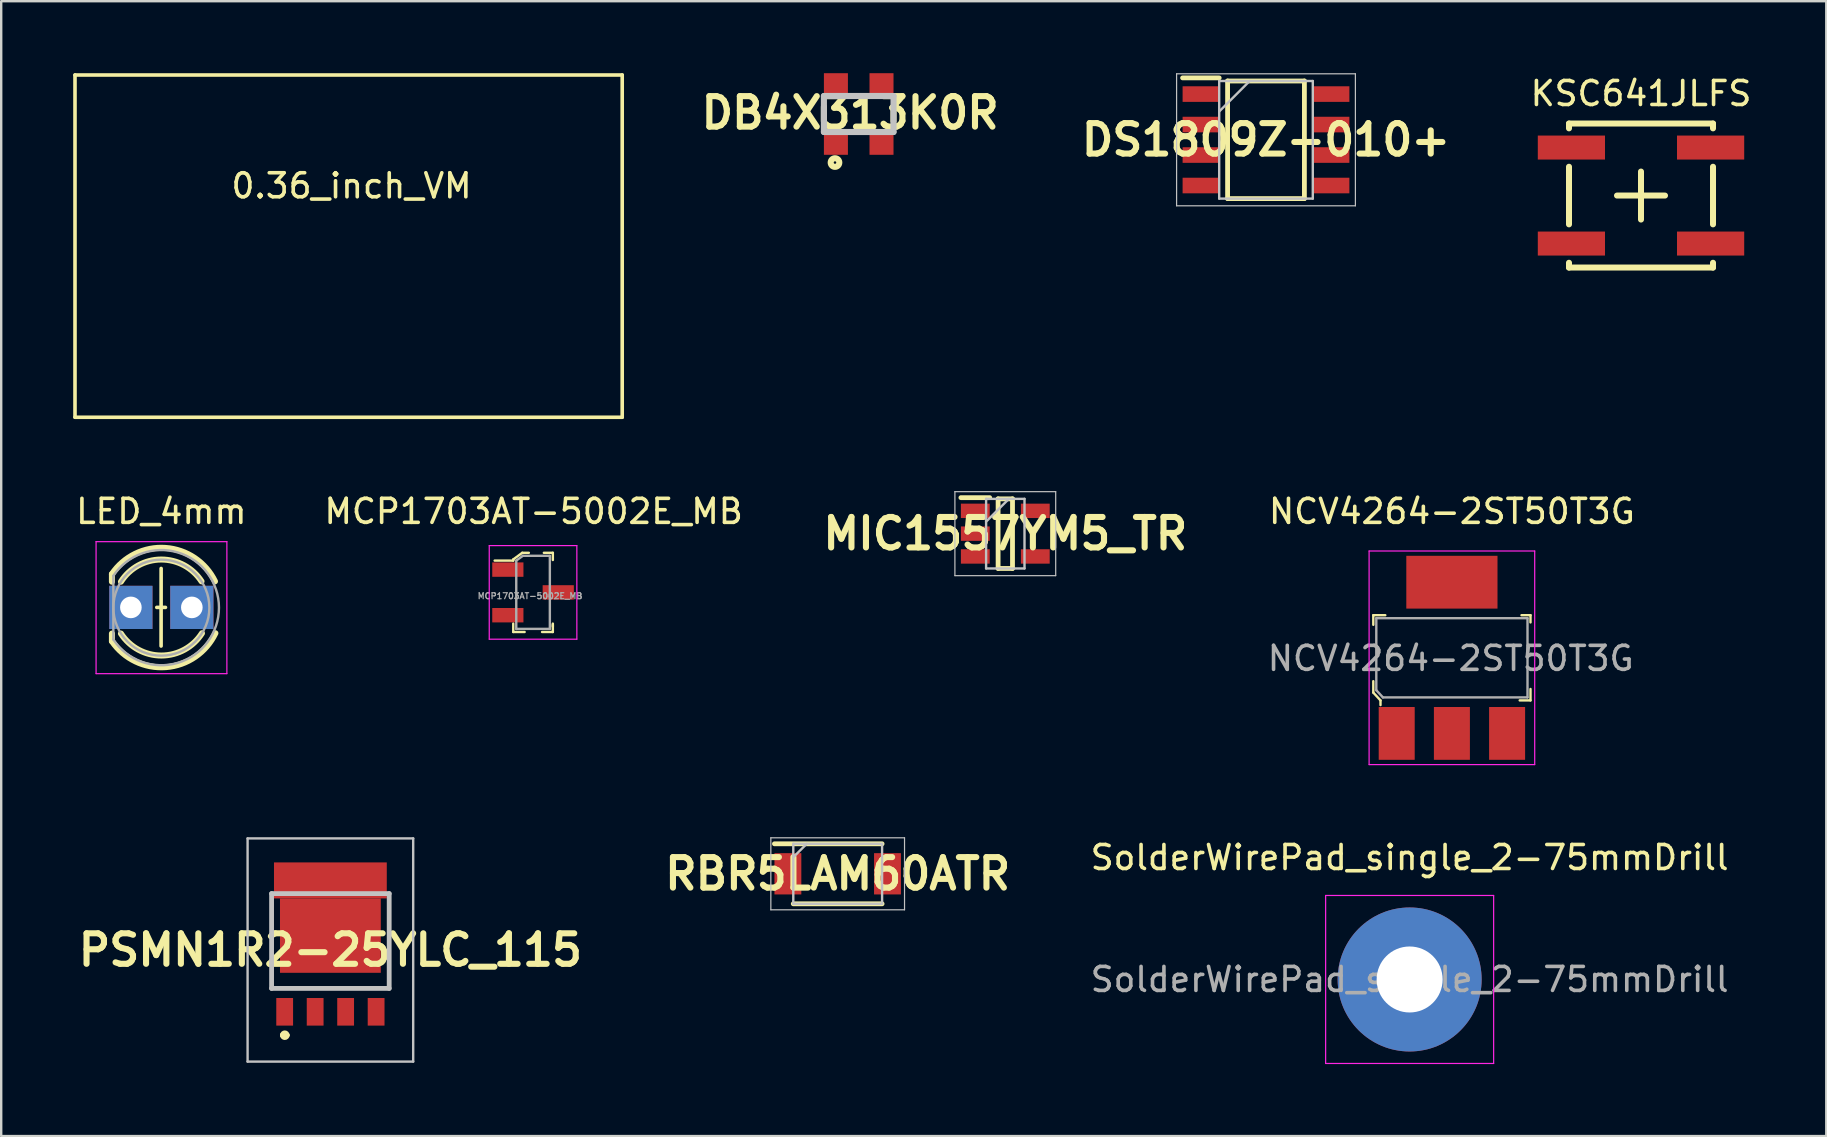
<source format=kicad_pcb>
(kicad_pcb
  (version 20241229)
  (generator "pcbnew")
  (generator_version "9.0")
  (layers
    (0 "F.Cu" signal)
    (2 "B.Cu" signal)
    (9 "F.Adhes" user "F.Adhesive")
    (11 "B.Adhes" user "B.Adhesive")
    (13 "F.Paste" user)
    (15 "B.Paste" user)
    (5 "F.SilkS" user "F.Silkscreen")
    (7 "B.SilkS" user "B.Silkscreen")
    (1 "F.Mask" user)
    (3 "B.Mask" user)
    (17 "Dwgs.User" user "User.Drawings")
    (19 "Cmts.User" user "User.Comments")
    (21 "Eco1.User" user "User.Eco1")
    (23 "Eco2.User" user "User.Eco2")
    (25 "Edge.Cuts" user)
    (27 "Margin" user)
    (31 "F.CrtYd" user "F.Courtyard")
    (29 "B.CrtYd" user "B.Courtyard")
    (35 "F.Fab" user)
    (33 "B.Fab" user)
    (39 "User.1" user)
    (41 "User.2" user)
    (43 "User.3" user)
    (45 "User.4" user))
  (footprint "NCV4264-2ST50T3G"
    (layer "F.Cu")
    (at 57.445 24.358)
    (property "Reference" "NCV4264-2ST50T3G" (at 0 -6.1 0) (layer "F.SilkS") (effects (font (size 1 1) (thickness 0.15))))
    (attr through_hole)
    (fp_line (start -3.275 -1.775) (end -3.275 -1.375) (stroke (width 0.1) (type solid)) (layer "F.SilkS"))
    (fp_line (start -3.275 0.975) (end -3.275 1.45) (stroke (width 0.1) (type solid)) (layer "F.SilkS"))
    (fp_line (start -3.275 1.45) (end -2.975 1.775) (stroke (width 0.1) (type solid)) (layer "F.SilkS"))
    (fp_line (start -2.975 1.775) (end -2.975 1.97) (stroke (width 0.1) (type solid)) (layer "F.SilkS"))
    (fp_line (start -2.775 -1.775) (end -3.275 -1.775) (stroke (width 0.1) (type solid)) (layer "F.SilkS"))
    (fp_line (start 2.9 -1.775) (end 3.275 -1.775) (stroke (width 0.1) (type solid)) (layer "F.SilkS"))
    (fp_line (start 3.275 -1.775) (end 3.275 -1.475) (stroke (width 0.1) (type solid)) (layer "F.SilkS"))
    (fp_line (start 3.275 1.3) (end 3.275 1.775) (stroke (width 0.1) (type solid)) (layer "F.SilkS"))
    (fp_line (start 3.275 1.775) (end 2.825 1.775) (stroke (width 0.1) (type solid)) (layer "F.SilkS"))
    (fp_line (start -3.45 -4.45) (end -3.45 4.45) (stroke (width 0.05) (type solid)) (layer "F.CrtYd"))
    (fp_line (start -3.45 4.45) (end 3.45 4.45) (stroke (width 0.05) (type solid)) (layer "F.CrtYd"))
    (fp_line (start 3.45 -4.45) (end -3.45 -4.45) (stroke (width 0.05) (type solid)) (layer "F.CrtYd"))
    (fp_line (start 3.45 -4.45) (end 3.45 4.45) (stroke (width 0.05) (type solid)) (layer "F.CrtYd"))
    (fp_line (start -3.15 -1.65) (end 3.15 -1.65) (stroke (width 0.1) (type solid)) (layer "F.Fab"))
    (fp_line (start -3.15 1.35) (end -3.15 -1.65) (stroke (width 0.1) (type solid)) (layer "F.Fab"))
    (fp_line (start -3.15 1.35) (end -2.875 1.65) (stroke (width 0.1) (type solid)) (layer "F.Fab"))
    (fp_line (start 3.15 -1.65) (end 3.15 1.65) (stroke (width 0.1) (type solid)) (layer "F.Fab"))
    (fp_line (start 3.15 1.65) (end -2.875 1.65) (stroke (width 0.1) (type solid)) (layer "F.Fab"))
    (fp_text user "${REFERENCE}" (at -0.05 0.025 0) (layer "F.Fab") (effects (font (size 1 1) (thickness 0.15))))
    (pad "1" smd rect (at -2.3 3.15) (size 1.5 2.2) (layers "F.Cu" "F.Mask" "F.Paste"))
    (pad "2" smd rect (at 0 3.15) (size 1.5 2.2) (layers "F.Cu" "F.Mask" "F.Paste"))
    (pad "3" smd rect (at 2.3 3.15) (size 1.5 2.2) (layers "F.Cu" "F.Mask" "F.Paste"))
    (pad "4" smd rect (at 0 -3.15) (size 3.8 2.2) (layers "F.Cu" "F.Mask" "F.Paste")))
  (footprint "KSC641JLFS"
    (layer "F.Cu")
    (at 65.324 5.098)
    (property "Reference" "KSC641JLFS" (at 0 -4.25 0) (layer "F.SilkS") (effects (font (size 1 1) (thickness 0.15))))
    (attr smd)
    (fp_line (start -3 -3) (end -3 -2.8) (stroke (width 0.25) (type solid)) (layer "F.SilkS"))
    (fp_line (start -3 -3) (end 3 -3) (stroke (width 0.25) (type solid)) (layer "F.SilkS"))
    (fp_line (start -3 -1.2) (end -3 1.2) (stroke (width 0.25) (type solid)) (layer "F.SilkS"))
    (fp_line (start -3 3) (end -3 2.8) (stroke (width 0.25) (type solid)) (layer "F.SilkS"))
    (fp_line (start -3 3) (end 3 3) (stroke (width 0.25) (type solid)) (layer "F.SilkS"))
    (fp_line (start -1 0) (end 1 0) (stroke (width 0.25) (type solid)) (layer "F.SilkS"))
    (fp_line (start 0 -1) (end 0 1) (stroke (width 0.25) (type solid)) (layer "F.SilkS"))
    (fp_line (start 3 -3) (end 3 -2.8) (stroke (width 0.25) (type solid)) (layer "F.SilkS"))
    (fp_line (start 3 -1.2) (end 3 1.2) (stroke (width 0.25) (type solid)) (layer "F.SilkS"))
    (fp_line (start 3 3) (end 3 2.8) (stroke (width 0.25) (type solid)) (layer "F.SilkS"))
    (pad "1" smd rect (at -2.9 -2) (size 2.8 1) (layers "F.Cu" "F.Mask" "F.Paste"))
    (pad "2" smd rect (at 2.9 -2) (size 2.8 1) (layers "F.Cu" "F.Mask" "F.Paste"))
    (pad "3" smd rect (at -2.9 2) (size 2.8 1) (layers "F.Cu" "F.Mask" "F.Paste"))
    (pad "4" smd rect (at 2.9 2) (size 2.8 1) (layers "F.Cu" "F.Mask" "F.Paste")))
  (footprint "MCP1703AT-5002E_MB"
    (layer "F.Cu")
    (at 19.16 21.633)
    (property "Reference" "MCP1703AT-5002E_MB" (at 0.025 -3.375 0) (layer "F.SilkS") (effects (font (size 1 1) (thickness 0.15))))
    (attr through_hole)
    (fp_line (start -0.825 -1.375) (end -0.825 -1.325) (stroke (width 0.1) (type solid)) (layer "F.SilkS"))
    (fp_line (start -0.825 -1.325) (end -1.6 -1.325) (stroke (width 0.1) (type solid)) (layer "F.SilkS"))
    (fp_line (start -0.825 1.65) (end -0.825 1.3) (stroke (width 0.1) (type solid)) (layer "F.SilkS"))
    (fp_line (start -0.45 -1.65) (end -0.825 -1.375) (stroke (width 0.1) (type solid)) (layer "F.SilkS"))
    (fp_line (start -0.35 1.65) (end -0.825 1.65) (stroke (width 0.1) (type solid)) (layer "F.SilkS"))
    (fp_line (start -0.175 -1.65) (end -0.45 -1.65) (stroke (width 0.1) (type solid)) (layer "F.SilkS"))
    (fp_line (start 0.45 -1.65) (end 0.825 -1.65) (stroke (width 0.1) (type solid)) (layer "F.SilkS"))
    (fp_line (start 0.825 -1.65) (end 0.825 -1.35) (stroke (width 0.1) (type solid)) (layer "F.SilkS"))
    (fp_line (start 0.825 1.35) (end 0.825 1.65) (stroke (width 0.1) (type solid)) (layer "F.SilkS"))
    (fp_line (start 0.825 1.425) (end 0.825 1.3) (stroke (width 0.1) (type solid)) (layer "F.SilkS"))
    (fp_line (start 0.825 1.65) (end 0.375 1.65) (stroke (width 0.1) (type solid)) (layer "F.SilkS"))
    (fp_line (start -1.825 -1.95) (end -1.825 1.95) (stroke (width 0.05) (type solid)) (layer "F.CrtYd"))
    (fp_line (start -1.825 -1.95) (end 1.825 -1.95) (stroke (width 0.05) (type solid)) (layer "F.CrtYd"))
    (fp_line (start 1.825 -1.95) (end 1.825 1.95) (stroke (width 0.05) (type solid)) (layer "F.CrtYd"))
    (fp_line (start 1.825 1.95) (end -1.825 1.95) (stroke (width 0.05) (type solid)) (layer "F.CrtYd"))
    (fp_line (start -0.7 -1.325) (end -0.7 1.525) (stroke (width 0.1) (type solid)) (layer "F.Fab"))
    (fp_line (start -0.7 1.52) (end 0.7 1.52) (stroke (width 0.1) (type solid)) (layer "F.Fab"))
    (fp_line (start -0.425 -1.525) (end -0.7 -1.325) (stroke (width 0.1) (type solid)) (layer "F.Fab"))
    (fp_line (start -0.425 -1.525) (end 0.7 -1.525) (stroke (width 0.1) (type solid)) (layer "F.Fab"))
    (fp_line (start 0.7 1.52) (end 0.7 -1.52) (stroke (width 0.1) (type solid)) (layer "F.Fab"))
    (fp_text user "${REFERENCE}" (at -0.125 0.15 0) (layer "F.Fab") (effects (font (size 0.25 0.25) (thickness 0.05))))
    (pad "1" smd rect (at -1.05 -0.95) (size 1.3 0.6) (layers "F.Cu" "F.Mask" "F.Paste"))
    (pad "2" smd rect (at -1.05 0.95) (size 1.3 0.6) (layers "F.Cu" "F.Mask" "F.Paste"))
    (pad "3" smd rect (at 1.05 0) (size 1.3 0.6) (layers "F.Cu" "F.Mask" "F.Paste")))
  (footprint "PSMN1R2-25YLC_115"
    (layer "F.Cu")
    (at 10.716 34.183)
    (property "Reference" "PSMN1R2-25YLC_115" (at 0 2.35 0) (layer "F.SilkS") (effects (font (size 1.27 1.27) (thickness 0.254))))
    (attr smd)
    (fp_line (start -2.45 0.5) (end -2.45 3.95) (stroke (width 0.1) (type solid)) (layer "F.SilkS"))
    (fp_line (start -2.45 3.95) (end 2.45 3.95) (stroke (width 0.1) (type solid)) (layer "F.SilkS"))
    (fp_line (start -2 5.9) (end -2 5.9) (stroke (width 0.2) (type solid)) (layer "F.SilkS"))
    (fp_line (start -1.8 5.9) (end -1.8 5.9) (stroke (width 0.2) (type solid)) (layer "F.SilkS"))
    (fp_line (start 2.45 3.95) (end 2.45 0.5) (stroke (width 0.1) (type solid)) (layer "F.SilkS"))
    (fp_arc (start -2 5.9) (mid -1.9 5.8) (end -1.8 5.9) (stroke (width 0.2) (type solid)) (layer "F.SilkS"))
    (fp_arc (start -1.8 5.9) (mid -1.9 6) (end -2 5.9) (stroke (width 0.2) (type solid)) (layer "F.SilkS"))
    (fp_line (start -3.45 -2.3) (end 3.45 -2.3) (stroke (width 0.1) (type solid)) (layer "Dwgs.User"))
    (fp_line (start -3.45 7) (end -3.45 -2.3) (stroke (width 0.1) (type solid)) (layer "Dwgs.User"))
    (fp_line (start -2.45 0) (end 2.45 0) (stroke (width 0.2) (type solid)) (layer "Dwgs.User"))
    (fp_line (start -2.45 3.95) (end -2.45 0) (stroke (width 0.2) (type solid)) (layer "Dwgs.User"))
    (fp_line (start 2.45 0) (end 2.45 3.95) (stroke (width 0.2) (type solid)) (layer "Dwgs.User"))
    (fp_line (start 2.45 3.95) (end -2.45 3.95) (stroke (width 0.2) (type solid)) (layer "Dwgs.User"))
    (fp_line (start 3.45 -2.3) (end 3.45 7) (stroke (width 0.1) (type solid)) (layer "Dwgs.User"))
    (fp_line (start 3.45 7) (end -3.45 7) (stroke (width 0.1) (type solid)) (layer "Dwgs.User"))
    (pad "1" smd rect (at -1.905 4.925) (size 0.7 1.15) (layers "F.Cu" "F.Mask" "F.Paste"))
    (pad "2" smd rect (at -0.635 4.925) (size 0.7 1.15) (layers "F.Cu" "F.Mask" "F.Paste"))
    (pad "3" smd rect (at 0.635 4.925) (size 0.7 1.15) (layers "F.Cu" "F.Mask" "F.Paste"))
    (pad "4" smd rect (at 1.905 4.925) (size 0.7 1.15) (layers "F.Cu" "F.Mask" "F.Paste"))
    (pad "5" smd rect (at 0 1.75 90) (size 3.1 4.2) (layers "F.Cu" "F.Mask" "F.Paste"))
    (pad "6" smd rect (at 0 -0.55 90) (size 1.5 4.7) (layers "F.Cu" "F.Mask" "F.Paste")))
  (footprint "DB4X313K0R"
    (layer "F.Cu")
    (at 32.729 1.7)
    (property "Reference" "DB4X313K0R" (at -0.356 -0.049 0) (layer "F.SilkS") (effects (font (size 1.27 1.27) (thickness 0.254))))
    (attr smd)
    (fp_line (start -1.45 -0.3) (end -1.45 0.3) (stroke (width 0.254) (type solid)) (layer "F.SilkS"))
    (fp_line (start 1.45 -0.3) (end 1.45 0.3) (stroke (width 0.254) (type solid)) (layer "F.SilkS"))
    (fp_circle (center -0.988 2.023) (end -1.04 2.023) (stroke (width 0.254) (type solid)) (fill no) (layer "F.SilkS"))
    (fp_line (start -1.45 -0.75) (end 1.45 -0.75) (stroke (width 0.254) (type solid)) (layer "Dwgs.User"))
    (fp_line (start -1.45 0.75) (end -1.45 -0.75) (stroke (width 0.254) (type solid)) (layer "Dwgs.User"))
    (fp_line (start 1.45 -0.75) (end 1.45 0.75) (stroke (width 0.254) (type solid)) (layer "Dwgs.User"))
    (fp_line (start 1.45 0.75) (end -1.45 0.75) (stroke (width 0.254) (type solid)) (layer "Dwgs.User"))
    (pad "1" smd rect (at -0.95 1.2 90) (size 1 1) (layers "F.Cu" "F.Mask" "F.Paste"))
    (pad "2" smd rect (at 0.95 1.2 90) (size 1 1) (layers "F.Cu" "F.Mask" "F.Paste"))
    (pad "3" smd rect (at 0.95 -1.2 90) (size 1 1) (layers "F.Cu" "F.Mask" "F.Paste"))
    (pad "4" smd rect (at -0.95 -1.2 90) (size 1 1) (layers "F.Cu" "F.Mask" "F.Paste")))
  (footprint "DS1809Z-010+"
    (layer "F.Cu")
    (at 49.699 2.775)
    (property "Reference" "DS1809Z-010+" (at 0 0 0) (layer "F.SilkS") (effects (font (size 1.27 1.27) (thickness 0.254))))
    (attr smd)
    (fp_line (start -3.475 -2.58) (end -1.95 -2.58) (stroke (width 0.2) (type solid)) (layer "F.SilkS"))
    (fp_line (start -1.6 -2.45) (end 1.6 -2.45) (stroke (width 0.2) (type solid)) (layer "F.SilkS"))
    (fp_line (start -1.6 2.45) (end -1.6 -2.45) (stroke (width 0.2) (type solid)) (layer "F.SilkS"))
    (fp_line (start 1.6 -2.45) (end 1.6 2.45) (stroke (width 0.2) (type solid)) (layer "F.SilkS"))
    (fp_line (start 1.6 2.45) (end -1.6 2.45) (stroke (width 0.2) (type solid)) (layer "F.SilkS"))
    (fp_line (start -3.725 -2.75) (end 3.725 -2.75) (stroke (width 0.05) (type solid)) (layer "Dwgs.User"))
    (fp_line (start -3.725 2.75) (end -3.725 -2.75) (stroke (width 0.05) (type solid)) (layer "Dwgs.User"))
    (fp_line (start -1.95 -2.45) (end 1.95 -2.45) (stroke (width 0.1) (type solid)) (layer "Dwgs.User"))
    (fp_line (start -1.95 -1.18) (end -0.68 -2.45) (stroke (width 0.1) (type solid)) (layer "Dwgs.User"))
    (fp_line (start -1.95 2.45) (end -1.95 -2.45) (stroke (width 0.1) (type solid)) (layer "Dwgs.User"))
    (fp_line (start 1.95 -2.45) (end 1.95 2.45) (stroke (width 0.1) (type solid)) (layer "Dwgs.User"))
    (fp_line (start 1.95 2.45) (end -1.95 2.45) (stroke (width 0.1) (type solid)) (layer "Dwgs.User"))
    (fp_line (start 3.725 -2.75) (end 3.725 2.75) (stroke (width 0.05) (type solid)) (layer "Dwgs.User"))
    (fp_line (start 3.725 2.75) (end -3.725 2.75) (stroke (width 0.05) (type solid)) (layer "Dwgs.User"))
    (pad "1" smd rect (at -2.712 -1.905 90) (size 0.65 1.525) (layers "F.Cu" "F.Mask" "F.Paste"))
    (pad "2" smd rect (at -2.712 -0.635 90) (size 0.65 1.525) (layers "F.Cu" "F.Mask" "F.Paste"))
    (pad "3" smd rect (at -2.712 0.635 90) (size 0.65 1.525) (layers "F.Cu" "F.Mask" "F.Paste"))
    (pad "4" smd rect (at -2.712 1.905 90) (size 0.65 1.525) (layers "F.Cu" "F.Mask" "F.Paste"))
    (pad "5" smd rect (at 2.712 1.905 90) (size 0.65 1.525) (layers "F.Cu" "F.Mask" "F.Paste"))
    (pad "6" smd rect (at 2.712 0.635 90) (size 0.65 1.525) (layers "F.Cu" "F.Mask" "F.Paste"))
    (pad "7" smd rect (at 2.712 -0.635 90) (size 0.65 1.525) (layers "F.Cu" "F.Mask" "F.Paste"))
    (pad "8" smd rect (at 2.712 -1.905 90) (size 0.65 1.525) (layers "F.Cu" "F.Mask" "F.Paste")))
  (footprint "SolderWirePad_single_2-75mmDrill"
    (layer "F.Cu")
    (at 55.684 37.761)
    (property "Reference" "SolderWirePad_single_2-75mmDrill" (at 0 -5.08 0) (layer "F.SilkS") (effects (font (size 1 1) (thickness 0.15))))
    (attr exclude_from_pos_files exclude_from_bom)
    (fp_line (start -3.5 -3.5) (end -3.5 3.5) (stroke (width 0.05) (type solid)) (layer "F.CrtYd"))
    (fp_line (start -3.5 -3.5) (end 3.5 -3.5) (stroke (width 0.05) (type solid)) (layer "F.CrtYd"))
    (fp_line (start 3.5 3.5) (end -3.5 3.5) (stroke (width 0.05) (type solid)) (layer "F.CrtYd"))
    (fp_line (start 3.5 3.5) (end 3.5 -3.5) (stroke (width 0.05) (type solid)) (layer "F.CrtYd"))
    (fp_text user "${REFERENCE}" (at 0 0 0) (layer "F.Fab") (effects (font (size 1 1) (thickness 0.15))))
    (pad "1" thru_hole circle (at 0 0) (size 6 6) (drill 2.75) (layers "*.Cu" "*.Mask")))
  (footprint "MIC1557YM5_TR"
    (layer "F.Cu")
    (at 38.837 19.185)
    (property "Reference" "MIC1557YM5_TR" (at 0 0 0) (layer "F.SilkS") (effects (font (size 1.27 1.27) (thickness 0.254))))
    (attr smd)
    (fp_line (start -1.85 -1.5) (end -0.65 -1.5) (stroke (width 0.2) (type solid)) (layer "F.SilkS"))
    (fp_line (start -0.3 -1.45) (end 0.3 -1.45) (stroke (width 0.2) (type solid)) (layer "F.SilkS"))
    (fp_line (start -0.3 1.45) (end -0.3 -1.45) (stroke (width 0.2) (type solid)) (layer "F.SilkS"))
    (fp_line (start 0.3 -1.45) (end 0.3 1.45) (stroke (width 0.2) (type solid)) (layer "F.SilkS"))
    (fp_line (start 0.3 1.45) (end -0.3 1.45) (stroke (width 0.2) (type solid)) (layer "F.SilkS"))
    (fp_line (start -2.1 -1.75) (end 2.1 -1.75) (stroke (width 0.05) (type solid)) (layer "Dwgs.User"))
    (fp_line (start -2.1 1.75) (end -2.1 -1.75) (stroke (width 0.05) (type solid)) (layer "Dwgs.User"))
    (fp_line (start -0.8 -1.45) (end 0.8 -1.45) (stroke (width 0.1) (type solid)) (layer "Dwgs.User"))
    (fp_line (start -0.8 -0.5) (end 0.15 -1.45) (stroke (width 0.1) (type solid)) (layer "Dwgs.User"))
    (fp_line (start -0.8 1.45) (end -0.8 -1.45) (stroke (width 0.1) (type solid)) (layer "Dwgs.User"))
    (fp_line (start 0.8 -1.45) (end 0.8 1.45) (stroke (width 0.1) (type solid)) (layer "Dwgs.User"))
    (fp_line (start 0.8 1.45) (end -0.8 1.45) (stroke (width 0.1) (type solid)) (layer "Dwgs.User"))
    (fp_line (start 2.1 -1.75) (end 2.1 1.75) (stroke (width 0.05) (type solid)) (layer "Dwgs.User"))
    (fp_line (start 2.1 1.75) (end -2.1 1.75) (stroke (width 0.05) (type solid)) (layer "Dwgs.User"))
    (pad "1" smd rect (at -1.25 -0.95 90) (size 0.6 1.2) (layers "F.Cu" "F.Mask" "F.Paste"))
    (pad "2" smd rect (at -1.25 0 90) (size 0.6 1.2) (layers "F.Cu" "F.Mask" "F.Paste"))
    (pad "3" smd rect (at -1.25 0.95 90) (size 0.6 1.2) (layers "F.Cu" "F.Mask" "F.Paste"))
    (pad "4" smd rect (at 1.25 0.95 90) (size 0.6 1.2) (layers "F.Cu" "F.Mask" "F.Paste"))
    (pad "5" smd rect (at 1.25 -0.95 90) (size 0.6 1.2) (layers "F.Cu" "F.Mask" "F.Paste")))
  (footprint "LED_4mm"
    (layer "F.Cu")
    (at 3.663 22.258)
    (property "Reference" "LED_4mm" (at 0.01 -4 0) (layer "F.SilkS") (effects (font (size 1 1) (thickness 0.15))))
    (attr through_hole)
    (fp_line (start -2.05 -1.389) (end -2.05 -1.07) (stroke (width 0.25) (type solid)) (layer "F.SilkS"))
    (fp_line (start -2.05 1.09) (end -2.05 1.409) (stroke (width 0.25) (type solid)) (layer "F.SilkS"))
    (fp_line (start -0.181 0) (end 0.181 0) (stroke (width 0.15) (type solid)) (layer "F.SilkS"))
    (fp_line (start 0.001 -1.622) (end -0.001 1.609) (stroke (width 0.15) (type solid)) (layer "F.SilkS"))
    (fp_arc (start -2.05 -1.388749) (mid 0.184855 -2.478235) (end 2.24459 -1.085739) (stroke (width 0.25) (type solid)) (layer "F.SilkS"))
    (fp_arc (start -1.67333 -1.07) (mid 0.001014 -1.994597) (end 1.683621 -1.085124) (stroke (width 0.25) (type solid)) (layer "F.SilkS"))
    (fp_arc (start 1.701805 1.076798) (mid 0.017844 2.005402) (end -1.67333 1.09) (stroke (width 0.25) (type solid)) (layer "F.SilkS"))
    (fp_arc (start 2.261893 1.075709) (mid 0.202184 2.48822) (end -2.05 1.408749) (stroke (width 0.25) (type solid)) (layer "F.SilkS"))
    (fp_line (start -2.71 -2.74) (end -2.71 2.76) (stroke (width 0.05) (type solid)) (layer "F.CrtYd"))
    (fp_line (start -2.71 2.76) (end 2.74 2.76) (stroke (width 0.05) (type solid)) (layer "F.CrtYd"))
    (fp_line (start 2.74 -2.74) (end -2.71 -2.74) (stroke (width 0.05) (type solid)) (layer "F.CrtYd"))
    (fp_line (start 2.74 2.76) (end 2.74 -2.74) (stroke (width 0.05) (type solid)) (layer "F.CrtYd"))
    (fp_line (start -1.99 -1.317) (end -1.99 1.337) (stroke (width 0.1) (type solid)) (layer "F.Fab"))
    (fp_arc (start -1.99 -1.31665) (mid 2.41 0.010306) (end -1.990339 1.33614) (stroke (width 0.1) (type solid)) (layer "F.Fab"))
    (fp_circle (center 0.01 0.01) (end 2.01 0.01) (stroke (width 0.1) (type solid)) (fill no) (layer "F.Fab"))
    (pad "1" thru_hole rect (at -1.26 0) (size 1.8 1.8) (drill 0.9) (layers "*.Cu" "*.Mask"))
    (pad "2" thru_hole rect (at 1.28 0) (size 1.8 1.8) (drill 0.9) (layers "*.Cu" "*.Mask")))
  (footprint "0.36_inch_VM"
    (layer "F.Cu")
    (at 11.597 7.383)
    (property "Reference" "0.36_inch_VM" (at 0 -2.69 0) (layer "F.SilkS") (effects (font (size 1 1) (thickness 0.15))))
    (attr through_hole)
    (fp_line (start -11.522 -7.308) (end -11.522 6.952) (stroke (width 0.15) (type solid)) (layer "F.SilkS"))
    (fp_line (start -11.522 6.952) (end 11.278 6.952) (stroke (width 0.15) (type solid)) (layer "F.SilkS"))
    (fp_line (start 11.278 -7.308) (end -11.522 -7.308) (stroke (width 0.15) (type solid)) (layer "F.SilkS"))
    (fp_line (start 11.278 6.952) (end 11.278 -7.308) (stroke (width 0.15) (type solid)) (layer "F.SilkS")))
  (footprint "RBR5LAM60ATR"
    (layer "F.Cu")
    (at 31.853 33.358)
    (property "Reference" "RBR5LAM60ATR" (at 0 0 0) (layer "F.SilkS") (effects (font (size 1.27 1.27) (thickness 0.254))))
    (attr smd)
    (fp_line (start -2.635 -1.25) (end 1.85 -1.25) (stroke (width 0.2) (type solid)) (layer "F.SilkS"))
    (fp_line (start -1.85 1.25) (end 1.85 1.25) (stroke (width 0.2) (type solid)) (layer "F.SilkS"))
    (fp_line (start -2.785 -1.5) (end 2.785 -1.5) (stroke (width 0.05) (type solid)) (layer "Dwgs.User"))
    (fp_line (start -2.785 1.5) (end -2.785 -1.5) (stroke (width 0.05) (type solid)) (layer "Dwgs.User"))
    (fp_line (start -1.85 -1.25) (end 1.85 -1.25) (stroke (width 0.1) (type solid)) (layer "Dwgs.User"))
    (fp_line (start -1.85 -0.69) (end -1.29 -1.25) (stroke (width 0.1) (type solid)) (layer "Dwgs.User"))
    (fp_line (start -1.85 1.25) (end -1.85 -1.25) (stroke (width 0.1) (type solid)) (layer "Dwgs.User"))
    (fp_line (start 1.85 -1.25) (end 1.85 1.25) (stroke (width 0.1) (type solid)) (layer "Dwgs.User"))
    (fp_line (start 1.85 1.25) (end -1.85 1.25) (stroke (width 0.1) (type solid)) (layer "Dwgs.User"))
    (fp_line (start 2.785 -1.5) (end 2.785 1.5) (stroke (width 0.05) (type solid)) (layer "Dwgs.User"))
    (fp_line (start 2.785 1.5) (end -2.785 1.5) (stroke (width 0.05) (type solid)) (layer "Dwgs.User"))
    (pad "1" smd rect (at -2.075 0 90) (size 1.72 1.12) (layers "F.Cu" "F.Mask" "F.Paste"))
    (pad "2" smd rect (at 2.075 0 90) (size 1.72 1.12) (layers "F.Cu" "F.Mask" "F.Paste")))
  (gr_rect
    (start -3 -3)
    (end 73.044 44.286)
    (stroke (width 0.1) (type default))
    (fill no)
    (layer "Edge.Cuts")))
</source>
